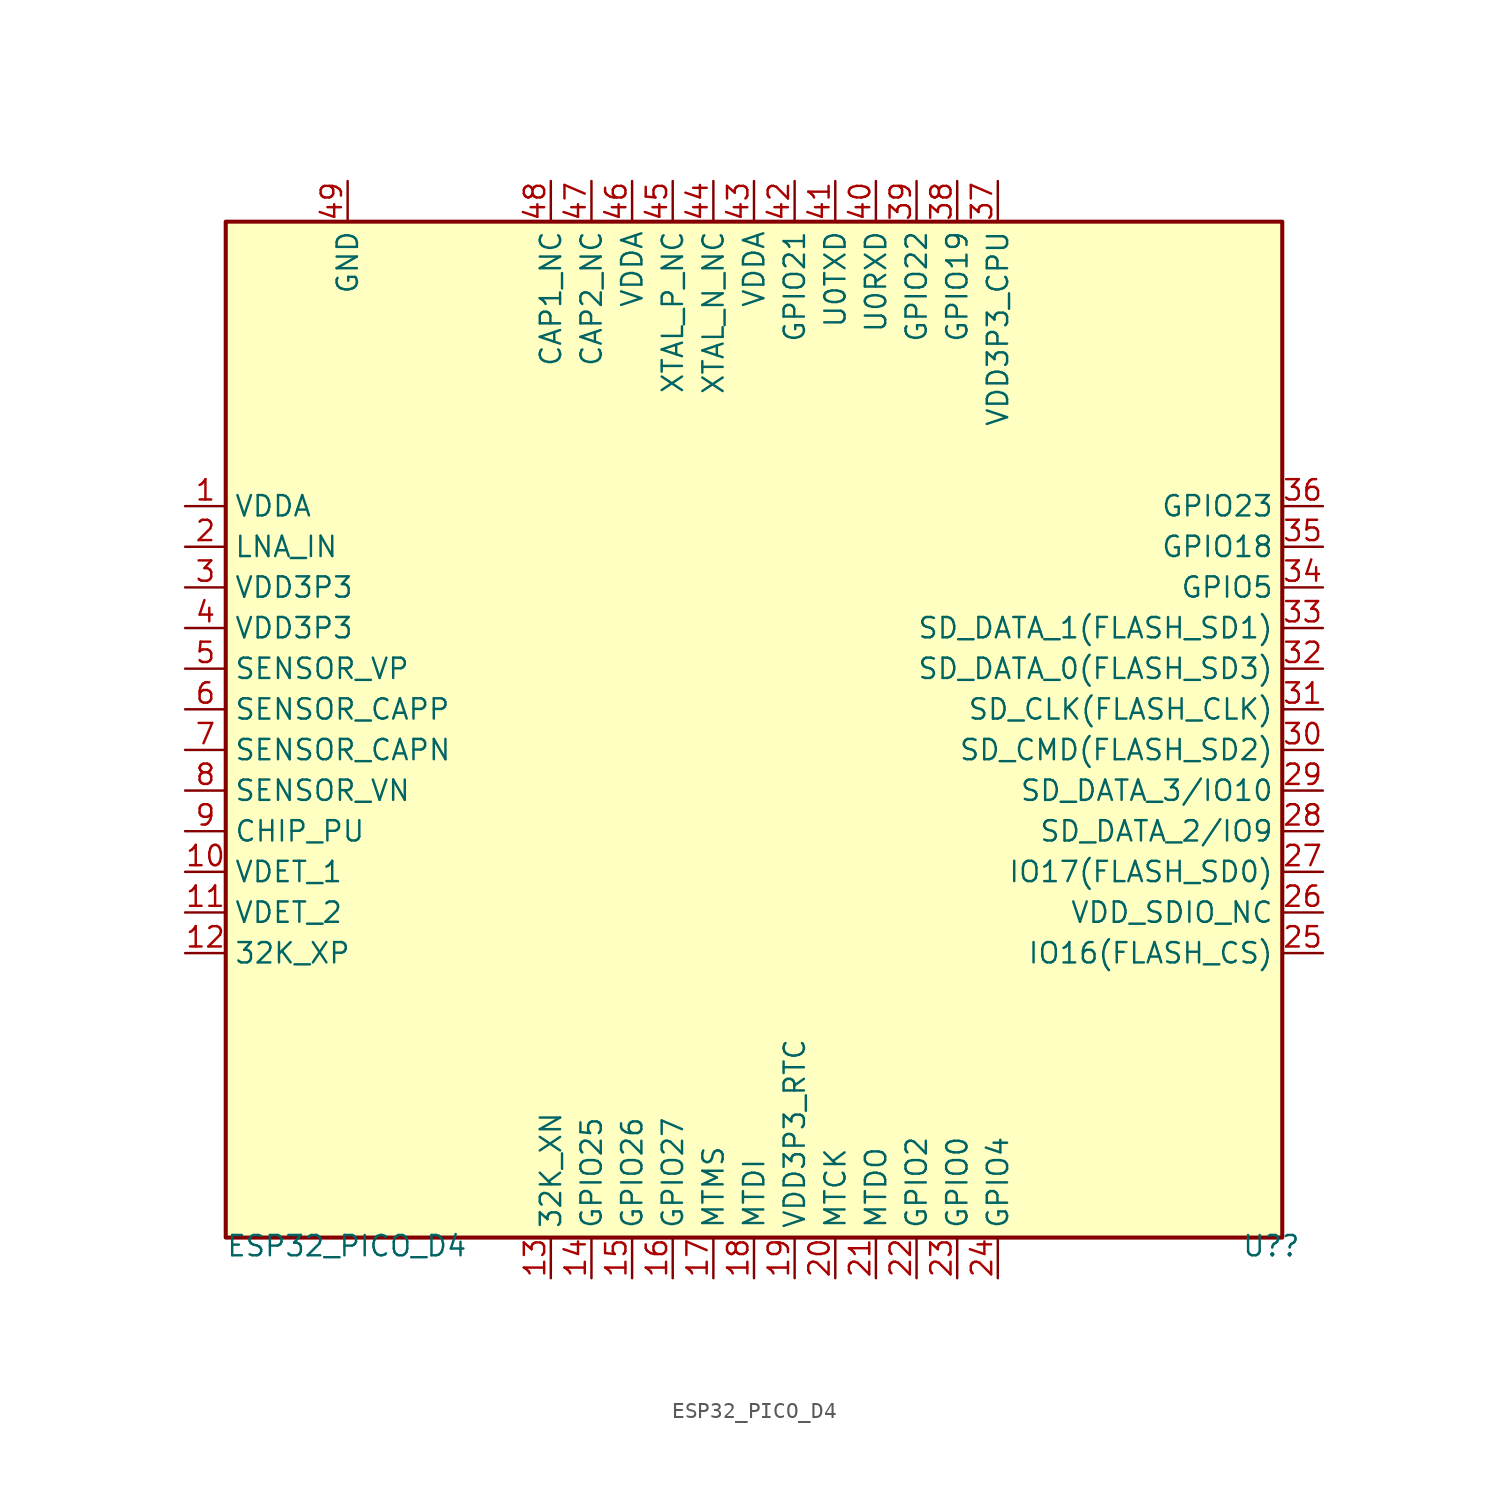
<source format=kicad_sym>
(kicad_symbol_lib
  (version 20220914)
  (generator kicad_symbol_editor)
  (symbol "ESP32_PICO_D4"
    (property "Reference" "U?"
      (at 63.5 -64.77 0)
      (effects (font (size 1.27 1.27)) (justify left bottom)))
    (property "Value" "ESP32_PICO_D4"
      (at 0 -64.77 0)
      (effects (font (size 1.27 1.27)) (justify left bottom)))
    (symbol "ESP32_PICO_D4_1_0"
      (rectangle (start 66.04 0) (end 0 -63.5) (stroke (width 0.254) (type default)) (fill (type background)))
      (pin power_in line (at -2.54 -17.78 0) (length 2.54) (name "VDDA" (effects (font (size 1.27 1.27)))) (number "1" (effects (font (size 1.27 1.27)))))
      (pin passive line (at -2.54 -40.64 0) (length 2.54) (name "VDET_1" (effects (font (size 1.27 1.27)))) (number "10" (effects (font (size 1.27 1.27)))))
      (pin passive line (at -2.54 -43.18 0) (length 2.54) (name "VDET_2" (effects (font (size 1.27 1.27)))) (number "11" (effects (font (size 1.27 1.27)))))
      (pin passive line (at -2.54 -45.72 0) (length 2.54) (name "32K_XP" (effects (font (size 1.27 1.27)))) (number "12" (effects (font (size 1.27 1.27)))))
      (pin passive line (at 20.32 -66.04 90) (length 2.54) (name "32K_XN" (effects (font (size 1.27 1.27)))) (number "13" (effects (font (size 1.27 1.27)))))
      (pin passive line (at 22.86 -66.04 90) (length 2.54) (name "GPIO25" (effects (font (size 1.27 1.27)))) (number "14" (effects (font (size 1.27 1.27)))))
      (pin passive line (at 25.4 -66.04 90) (length 2.54) (name "GPIO26" (effects (font (size 1.27 1.27)))) (number "15" (effects (font (size 1.27 1.27)))))
      (pin passive line (at 27.94 -66.04 90) (length 2.54) (name "GPIO27" (effects (font (size 1.27 1.27)))) (number "16" (effects (font (size 1.27 1.27)))))
      (pin passive line (at 30.48 -66.04 90) (length 2.54) (name "MTMS" (effects (font (size 1.27 1.27)))) (number "17" (effects (font (size 1.27 1.27)))))
      (pin passive line (at 33.02 -66.04 90) (length 2.54) (name "MTDI" (effects (font (size 1.27 1.27)))) (number "18" (effects (font (size 1.27 1.27)))))
      (pin power_in line (at 35.56 -66.04 90) (length 2.54) (name "VDD3P3_RTC" (effects (font (size 1.27 1.27)))) (number "19" (effects (font (size 1.27 1.27)))))
      (pin passive line (at -2.54 -20.32 0) (length 2.54) (name "LNA_IN" (effects (font (size 1.27 1.27)))) (number "2" (effects (font (size 1.27 1.27)))))
      (pin passive line (at 38.1 -66.04 90) (length 2.54) (name "MTCK" (effects (font (size 1.27 1.27)))) (number "20" (effects (font (size 1.27 1.27)))))
      (pin passive line (at 40.64 -66.04 90) (length 2.54) (name "MTDO" (effects (font (size 1.27 1.27)))) (number "21" (effects (font (size 1.27 1.27)))))
      (pin passive line (at 43.18 -66.04 90) (length 2.54) (name "GPIO2" (effects (font (size 1.27 1.27)))) (number "22" (effects (font (size 1.27 1.27)))))
      (pin passive line (at 45.72 -66.04 90) (length 2.54) (name "GPIO0" (effects (font (size 1.27 1.27)))) (number "23" (effects (font (size 1.27 1.27)))))
      (pin passive line (at 48.26 -66.04 90) (length 2.54) (name "GPIO4" (effects (font (size 1.27 1.27)))) (number "24" (effects (font (size 1.27 1.27)))))
      (pin passive line (at 68.58 -45.72 180) (length 2.54) (name "IO16(FLASH_CS)" (effects (font (size 1.27 1.27)))) (number "25" (effects (font (size 1.27 1.27)))))
      (pin passive line (at 68.58 -43.18 180) (length 2.54) (name "VDD_SDIO_NC" (effects (font (size 1.27 1.27)))) (number "26" (effects (font (size 1.27 1.27)))))
      (pin passive line (at 68.58 -40.64 180) (length 2.54) (name "IO17(FLASH_SD0)" (effects (font (size 1.27 1.27)))) (number "27" (effects (font (size 1.27 1.27)))))
      (pin passive line (at 68.58 -38.1 180) (length 2.54) (name "SD_DATA_2/IO9" (effects (font (size 1.27 1.27)))) (number "28" (effects (font (size 1.27 1.27)))))
      (pin passive line (at 68.58 -35.56 180) (length 2.54) (name "SD_DATA_3/IO10" (effects (font (size 1.27 1.27)))) (number "29" (effects (font (size 1.27 1.27)))))
      (pin power_in line (at -2.54 -22.86 0) (length 2.54) (name "VDD3P3" (effects (font (size 1.27 1.27)))) (number "3" (effects (font (size 1.27 1.27)))))
      (pin passive line (at 68.58 -33.02 180) (length 2.54) (name "SD_CMD(FLASH_SD2)" (effects (font (size 1.27 1.27)))) (number "30" (effects (font (size 1.27 1.27)))))
      (pin passive line (at 68.58 -30.48 180) (length 2.54) (name "SD_CLK(FLASH_CLK)" (effects (font (size 1.27 1.27)))) (number "31" (effects (font (size 1.27 1.27)))))
      (pin passive line (at 68.58 -27.94 180) (length 2.54) (name "SD_DATA_0(FLASH_SD3)" (effects (font (size 1.27 1.27)))) (number "32" (effects (font (size 1.27 1.27)))))
      (pin passive line (at 68.58 -25.4 180) (length 2.54) (name "SD_DATA_1(FLASH_SD1)" (effects (font (size 1.27 1.27)))) (number "33" (effects (font (size 1.27 1.27)))))
      (pin passive line (at 68.58 -22.86 180) (length 2.54) (name "GPIO5" (effects (font (size 1.27 1.27)))) (number "34" (effects (font (size 1.27 1.27)))))
      (pin passive line (at 68.58 -20.32 180) (length 2.54) (name "GPIO18" (effects (font (size 1.27 1.27)))) (number "35" (effects (font (size 1.27 1.27)))))
      (pin passive line (at 68.58 -17.78 180) (length 2.54) (name "GPIO23" (effects (font (size 1.27 1.27)))) (number "36" (effects (font (size 1.27 1.27)))))
      (pin power_in line (at 48.26 2.54 270) (length 2.54) (name "VDD3P3_CPU" (effects (font (size 1.27 1.27)))) (number "37" (effects (font (size 1.27 1.27)))))
      (pin passive line (at 45.72 2.54 270) (length 2.54) (name "GPIO19" (effects (font (size 1.27 1.27)))) (number "38" (effects (font (size 1.27 1.27)))))
      (pin passive line (at 43.18 2.54 270) (length 2.54) (name "GPIO22" (effects (font (size 1.27 1.27)))) (number "39" (effects (font (size 1.27 1.27)))))
      (pin power_in line (at -2.54 -25.4 0) (length 2.54) (name "VDD3P3" (effects (font (size 1.27 1.27)))) (number "4" (effects (font (size 1.27 1.27)))))
      (pin passive line (at 40.64 2.54 270) (length 2.54) (name "U0RXD" (effects (font (size 1.27 1.27)))) (number "40" (effects (font (size 1.27 1.27)))))
      (pin passive line (at 38.1 2.54 270) (length 2.54) (name "U0TXD" (effects (font (size 1.27 1.27)))) (number "41" (effects (font (size 1.27 1.27)))))
      (pin passive line (at 35.56 2.54 270) (length 2.54) (name "GPIO21" (effects (font (size 1.27 1.27)))) (number "42" (effects (font (size 1.27 1.27)))))
      (pin power_in line (at 33.02 2.54 270) (length 2.54) (name "VDDA" (effects (font (size 1.27 1.27)))) (number "43" (effects (font (size 1.27 1.27)))))
      (pin passive line (at 30.48 2.54 270) (length 2.54) (name "XTAL_N_NC" (effects (font (size 1.27 1.27)))) (number "44" (effects (font (size 1.27 1.27)))))
      (pin passive line (at 27.94 2.54 270) (length 2.54) (name "XTAL_P_NC" (effects (font (size 1.27 1.27)))) (number "45" (effects (font (size 1.27 1.27)))))
      (pin power_in line (at 25.4 2.54 270) (length 2.54) (name "VDDA" (effects (font (size 1.27 1.27)))) (number "46" (effects (font (size 1.27 1.27)))))
      (pin passive line (at 22.86 2.54 270) (length 2.54) (name "CAP2_NC" (effects (font (size 1.27 1.27)))) (number "47" (effects (font (size 1.27 1.27)))))
      (pin passive line (at 20.32 2.54 270) (length 2.54) (name "CAP1_NC" (effects (font (size 1.27 1.27)))) (number "48" (effects (font (size 1.27 1.27)))))
      (pin power_in line (at 7.62 2.54 270) (length 2.54) (name "GND" (effects (font (size 1.27 1.27)))) (number "49" (effects (font (size 1.27 1.27)))))
      (pin passive line (at -2.54 -27.94 0) (length 2.54) (name "SENSOR_VP" (effects (font (size 1.27 1.27)))) (number "5" (effects (font (size 1.27 1.27)))))
      (pin passive line (at -2.54 -30.48 0) (length 2.54) (name "SENSOR_CAPP" (effects (font (size 1.27 1.27)))) (number "6" (effects (font (size 1.27 1.27)))))
      (pin passive line (at -2.54 -33.02 0) (length 2.54) (name "SENSOR_CAPN" (effects (font (size 1.27 1.27)))) (number "7" (effects (font (size 1.27 1.27)))))
      (pin passive line (at -2.54 -35.56 0) (length 2.54) (name "SENSOR_VN" (effects (font (size 1.27 1.27)))) (number "8" (effects (font (size 1.27 1.27)))))
      (pin passive line (at -2.54 -38.1 0) (length 2.54) (name "CHIP_PU" (effects (font (size 1.27 1.27)))) (number "9" (effects (font (size 1.27 1.27))))))))
</source>
